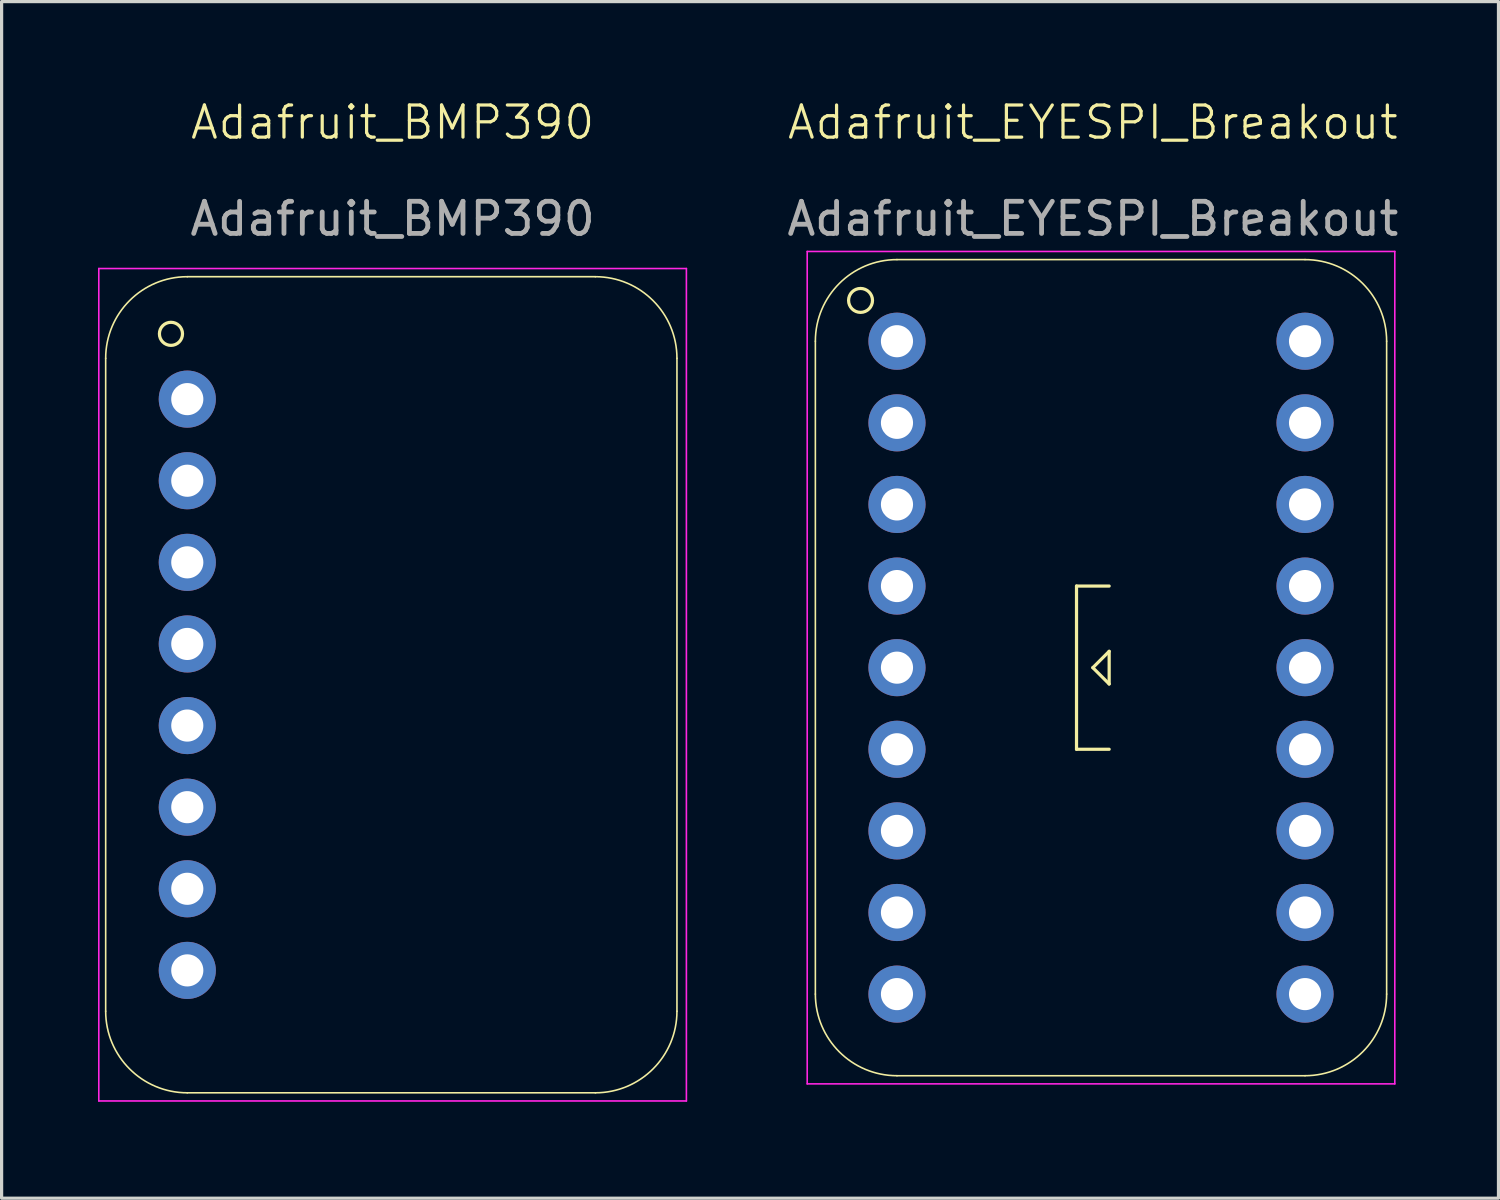
<source format=kicad_pcb>
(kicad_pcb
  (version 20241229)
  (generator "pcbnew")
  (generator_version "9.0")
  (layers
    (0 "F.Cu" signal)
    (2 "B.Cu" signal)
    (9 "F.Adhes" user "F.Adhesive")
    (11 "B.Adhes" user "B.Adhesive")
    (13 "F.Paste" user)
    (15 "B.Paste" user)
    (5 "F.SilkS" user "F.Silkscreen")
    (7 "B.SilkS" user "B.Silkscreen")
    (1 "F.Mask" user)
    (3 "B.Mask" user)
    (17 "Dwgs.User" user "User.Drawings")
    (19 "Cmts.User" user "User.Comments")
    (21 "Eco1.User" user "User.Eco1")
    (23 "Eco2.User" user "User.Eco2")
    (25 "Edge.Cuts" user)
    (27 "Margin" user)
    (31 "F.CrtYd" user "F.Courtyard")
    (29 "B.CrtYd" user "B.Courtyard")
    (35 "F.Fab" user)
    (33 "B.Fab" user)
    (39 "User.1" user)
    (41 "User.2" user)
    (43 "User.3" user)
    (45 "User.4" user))
  (footprint "Adafruit_EYESPI_Breakout"
    (layer "F.Cu")
    (at 30.963 17.73)
    (property "Reference" "Adafruit_EYESPI_Breakout" (at 0 -16.97 0) (unlocked yes) (layer "F.SilkS") (effects (font (size 1 1) (thickness 0.1))))
    (attr smd)
    (fp_line (start -8.636 -10.16) (end -8.636 10.16) (stroke (width 0.05) (type solid)) (layer "F.SilkS"))
    (fp_line (start -6.096 12.7) (end 6.604 12.7) (stroke (width 0.05) (type solid)) (layer "F.SilkS"))
    (fp_line (start -0.508 -2.54) (end -0.508 2.54) (stroke (width 0.1) (type default)) (layer "F.SilkS"))
    (fp_line (start -0.508 2.54) (end 0.508 2.54) (stroke (width 0.1) (type default)) (layer "F.SilkS"))
    (fp_line (start 0 0) (end 0.508 -0.508) (stroke (width 0.1) (type default)) (layer "F.SilkS"))
    (fp_line (start 0.508 -2.54) (end -0.508 -2.54) (stroke (width 0.1) (type default)) (layer "F.SilkS"))
    (fp_line (start 0.508 -0.508) (end 0.508 0.508) (stroke (width 0.1) (type default)) (layer "F.SilkS"))
    (fp_line (start 0.508 0.508) (end 0 0) (stroke (width 0.1) (type default)) (layer "F.SilkS"))
    (fp_line (start 6.604 -12.7) (end -6.096 -12.7) (stroke (width 0.05) (type solid)) (layer "F.SilkS"))
    (fp_line (start 9.144 10.16) (end 9.144 -10.16) (stroke (width 0.05) (type solid)) (layer "F.SilkS"))
    (fp_arc (start -8.636 -10.16) (mid -7.892051 -11.956051) (end -6.096 -12.7) (stroke (width 0.05) (type solid)) (layer "F.SilkS"))
    (fp_arc (start -6.096 12.7) (mid -7.892051 11.956051) (end -8.636 10.16) (stroke (width 0.05) (type solid)) (layer "F.SilkS"))
    (fp_arc (start 6.604 -12.7) (mid 8.400051 -11.956051) (end 9.144 -10.16) (stroke (width 0.05) (type solid)) (layer "F.SilkS"))
    (fp_arc (start 9.144 10.16) (mid 8.400051 11.956051) (end 6.604 12.7) (stroke (width 0.05) (type solid)) (layer "F.SilkS"))
    (fp_circle (center -7.23 -11.43) (end -6.976 -11.158) (stroke (width 0.1) (type default)) (fill no) (layer "F.SilkS"))
    (fp_line (start -8.89 -12.954) (end -8.89 12.954) (stroke (width 0.05) (type default)) (layer "F.CrtYd"))
    (fp_line (start -8.89 12.954) (end 9.398 12.954) (stroke (width 0.05) (type default)) (layer "F.CrtYd"))
    (fp_line (start 9.398 -12.954) (end -8.89 -12.954) (stroke (width 0.05) (type default)) (layer "F.CrtYd"))
    (fp_line (start 9.398 12.954) (end 9.398 -12.954) (stroke (width 0.05) (type default)) (layer "F.CrtYd"))
    (fp_text user "${REFERENCE}" (at 0 -13.97 0) (unlocked yes) (layer "F.Fab") (effects (font (size 1 1) (thickness 0.15))))
    (pad "1" thru_hole circle (at -6.096 -10.16) (size 1.778 1.778) (drill 1) (layers "*.Cu" "*.Mask"))
    (pad "2" thru_hole circle (at -6.096 -7.62) (size 1.778 1.778) (drill 1) (layers "*.Cu" "*.Mask"))
    (pad "3" thru_hole circle (at -6.096 -5.08) (size 1.778 1.778) (drill 1) (layers "*.Cu" "*.Mask"))
    (pad "4" thru_hole circle (at -6.096 -2.54) (size 1.778 1.778) (drill 1) (layers "*.Cu" "*.Mask"))
    (pad "5" thru_hole circle (at -6.096 0) (size 1.778 1.778) (drill 1) (layers "*.Cu" "*.Mask"))
    (pad "6" thru_hole circle (at -6.096 2.54) (size 1.778 1.778) (drill 1) (layers "*.Cu" "*.Mask"))
    (pad "7" thru_hole circle (at -6.096 5.08) (size 1.778 1.778) (drill 1) (layers "*.Cu" "*.Mask"))
    (pad "8" thru_hole circle (at -6.096 7.62) (size 1.778 1.778) (drill 1) (layers "*.Cu" "*.Mask"))
    (pad "9" thru_hole circle (at -6.096 10.16) (size 1.778 1.778) (drill 1) (layers "*.Cu" "*.Mask"))
    (pad "10" thru_hole circle (at 6.604 10.16) (size 1.778 1.778) (drill 1) (layers "*.Cu" "*.Mask"))
    (pad "11" thru_hole circle (at 6.604 7.62) (size 1.778 1.778) (drill 1) (layers "*.Cu" "*.Mask"))
    (pad "12" thru_hole circle (at 6.604 5.08) (size 1.778 1.778) (drill 1) (layers "*.Cu" "*.Mask"))
    (pad "13" thru_hole circle (at 6.604 2.54) (size 1.778 1.778) (drill 1) (layers "*.Cu" "*.Mask"))
    (pad "14" thru_hole circle (at 6.604 0) (size 1.778 1.778) (drill 1) (layers "*.Cu" "*.Mask"))
    (pad "15" thru_hole circle (at 6.604 -2.54) (size 1.778 1.778) (drill 1) (layers "*.Cu" "*.Mask"))
    (pad "16" thru_hole circle (at 6.604 -5.08) (size 1.778 1.778) (drill 1) (layers "*.Cu" "*.Mask"))
    (pad "17" thru_hole circle (at 6.604 -7.62) (size 1.778 1.778) (drill 1) (layers "*.Cu" "*.Mask"))
    (pad "18" thru_hole circle (at 6.604 -10.16) (size 1.778 1.778) (drill 1) (layers "*.Cu" "*.Mask")))
  (footprint "Adafruit_BMP390"
    (layer "F.Cu")
    (at 9.169 18.262)
    (property "Reference" "Adafruit_BMP390" (at 0 -17.502 0) (unlocked yes) (layer "F.SilkS") (effects (font (size 1 1) (thickness 0.1))))
    (attr smd)
    (fp_line (start -8.93 -10.16) (end -8.93 10.16) (stroke (width 0.05) (type solid)) (layer "F.SilkS"))
    (fp_line (start -6.39 12.7) (end 6.31 12.7) (stroke (width 0.05) (type solid)) (layer "F.SilkS"))
    (fp_line (start 6.31 -12.7) (end -6.39 -12.7) (stroke (width 0.05) (type solid)) (layer "F.SilkS"))
    (fp_line (start 8.85 10.16) (end 8.85 -10.16) (stroke (width 0.05) (type solid)) (layer "F.SilkS"))
    (fp_arc (start -8.93 -10.16) (mid -8.186051 -11.956051) (end -6.39 -12.7) (stroke (width 0.05) (type solid)) (layer "F.SilkS"))
    (fp_arc (start -6.39 12.7) (mid -8.186051 11.956051) (end -8.93 10.16) (stroke (width 0.05) (type solid)) (layer "F.SilkS"))
    (fp_arc (start 6.31 -12.7) (mid 8.106051 -11.956051) (end 8.85 -10.16) (stroke (width 0.05) (type solid)) (layer "F.SilkS"))
    (fp_arc (start 8.85 10.16) (mid 8.106051 11.956051) (end 6.31 12.7) (stroke (width 0.05) (type solid)) (layer "F.SilkS"))
    (fp_circle (center -6.898 -10.922) (end -7.152 -10.668) (stroke (width 0.1) (type default)) (fill no) (layer "F.SilkS"))
    (fp_line (start -9.144 -12.954) (end -9.144 12.954) (stroke (width 0.05) (type default)) (layer "F.CrtYd"))
    (fp_line (start -9.144 12.954) (end 9.144 12.954) (stroke (width 0.05) (type default)) (layer "F.CrtYd"))
    (fp_line (start 9.144 -12.954) (end -9.144 -12.954) (stroke (width 0.05) (type default)) (layer "F.CrtYd"))
    (fp_line (start 9.144 12.954) (end 9.144 -12.954) (stroke (width 0.05) (type default)) (layer "F.CrtYd"))
    (fp_text user "${REFERENCE}" (at 0 -14.502 0) (unlocked yes) (layer "F.Fab") (effects (font (size 1 1) (thickness 0.15))))
    (pad "1" thru_hole circle (at -6.39 -8.89) (size 1.778 1.778) (drill 1) (layers "*.Cu" "*.Mask"))
    (pad "2" thru_hole circle (at -6.39 -6.35) (size 1.778 1.778) (drill 1) (layers "*.Cu" "*.Mask"))
    (pad "3" thru_hole circle (at -6.39 -3.81) (size 1.778 1.778) (drill 1) (layers "*.Cu" "*.Mask"))
    (pad "4" thru_hole circle (at -6.39 -1.27) (size 1.778 1.778) (drill 1) (layers "*.Cu" "*.Mask"))
    (pad "5" thru_hole circle (at -6.39 1.27) (size 1.778 1.778) (drill 1) (layers "*.Cu" "*.Mask"))
    (pad "6" thru_hole circle (at -6.39 3.81) (size 1.778 1.778) (drill 1) (layers "*.Cu" "*.Mask"))
    (pad "7" thru_hole circle (at -6.39 6.35) (size 1.778 1.778) (drill 1) (layers "*.Cu" "*.Mask"))
    (pad "8" thru_hole circle (at -6.39 8.89) (size 1.778 1.778) (drill 1) (layers "*.Cu" "*.Mask")))
  (gr_rect
    (start -3 -3)
    (end 43.588 34.242)
    (stroke (width 0.1) (type default))
    (fill no)
    (layer "Edge.Cuts")))
</source>
